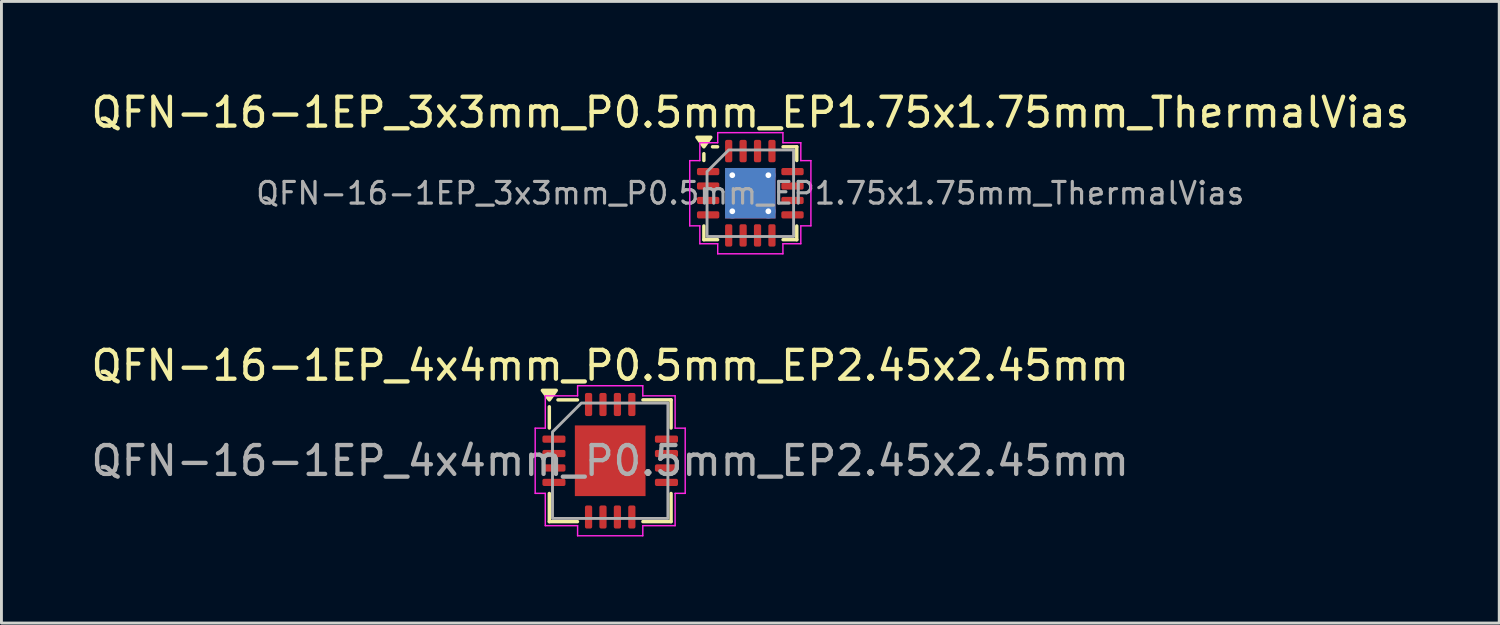
<source format=kicad_pcb>
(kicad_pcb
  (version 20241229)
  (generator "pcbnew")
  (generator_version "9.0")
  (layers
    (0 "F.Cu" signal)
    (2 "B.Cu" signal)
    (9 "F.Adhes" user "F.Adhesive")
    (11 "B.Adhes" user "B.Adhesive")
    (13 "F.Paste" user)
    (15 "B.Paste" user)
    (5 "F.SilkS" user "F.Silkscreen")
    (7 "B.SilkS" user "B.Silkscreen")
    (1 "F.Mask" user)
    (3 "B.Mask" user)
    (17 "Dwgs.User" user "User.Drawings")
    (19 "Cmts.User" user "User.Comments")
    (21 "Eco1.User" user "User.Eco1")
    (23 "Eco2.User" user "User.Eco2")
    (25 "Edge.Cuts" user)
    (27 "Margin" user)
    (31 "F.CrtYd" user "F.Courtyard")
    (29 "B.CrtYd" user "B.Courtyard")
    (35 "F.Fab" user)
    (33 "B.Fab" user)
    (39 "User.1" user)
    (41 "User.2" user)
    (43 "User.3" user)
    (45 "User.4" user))
  (footprint "QFN-16-1EP_4x4mm_P0.5mm_EP2.45x2.45mm"
    (layer "F.Cu")
    (at 18.101 12.921)
    (property "Reference" "QFN-16-1EP_4x4mm_P0.5mm_EP2.45x2.45mm" (at 0 -3.3 0) (layer "F.SilkS") (effects (font (size 1 1) (thickness 0.15))))
    (attr smd)
    (fp_line (start -2.11 -1.135) (end -2.11 -1.87) (stroke (width 0.12) (type solid)) (layer "F.SilkS"))
    (fp_line (start -2.11 2.11) (end -2.11 1.135) (stroke (width 0.12) (type solid)) (layer "F.SilkS"))
    (fp_line (start -1.135 -2.11) (end -1.81 -2.11) (stroke (width 0.12) (type solid)) (layer "F.SilkS"))
    (fp_line (start -1.135 2.11) (end -2.11 2.11) (stroke (width 0.12) (type solid)) (layer "F.SilkS"))
    (fp_line (start 1.135 -2.11) (end 2.11 -2.11) (stroke (width 0.12) (type solid)) (layer "F.SilkS"))
    (fp_line (start 1.135 2.11) (end 2.11 2.11) (stroke (width 0.12) (type solid)) (layer "F.SilkS"))
    (fp_line (start 2.11 -2.11) (end 2.11 -1.135) (stroke (width 0.12) (type solid)) (layer "F.SilkS"))
    (fp_line (start 2.11 2.11) (end 2.11 1.135) (stroke (width 0.12) (type solid)) (layer "F.SilkS"))
    (fp_poly (pts (xy -2.11 -2.11) (xy -2.35 -2.44) (xy -1.87 -2.44)) (stroke (width 0.12) (type solid)) (fill yes) (layer "F.SilkS"))
    (fp_line (start -2.6 -1.13) (end -2.25 -1.13) (stroke (width 0.05) (type solid)) (layer "F.CrtYd"))
    (fp_line (start -2.6 1.13) (end -2.6 -1.13) (stroke (width 0.05) (type solid)) (layer "F.CrtYd"))
    (fp_line (start -2.25 -2.25) (end -1.13 -2.25) (stroke (width 0.05) (type solid)) (layer "F.CrtYd"))
    (fp_line (start -2.25 -1.13) (end -2.25 -2.25) (stroke (width 0.05) (type solid)) (layer "F.CrtYd"))
    (fp_line (start -2.25 1.13) (end -2.6 1.13) (stroke (width 0.05) (type solid)) (layer "F.CrtYd"))
    (fp_line (start -2.25 2.25) (end -2.25 1.13) (stroke (width 0.05) (type solid)) (layer "F.CrtYd"))
    (fp_line (start -1.13 -2.6) (end 1.13 -2.6) (stroke (width 0.05) (type solid)) (layer "F.CrtYd"))
    (fp_line (start -1.13 -2.25) (end -1.13 -2.6) (stroke (width 0.05) (type solid)) (layer "F.CrtYd"))
    (fp_line (start -1.13 2.25) (end -2.25 2.25) (stroke (width 0.05) (type solid)) (layer "F.CrtYd"))
    (fp_line (start -1.13 2.6) (end -1.13 2.25) (stroke (width 0.05) (type solid)) (layer "F.CrtYd"))
    (fp_line (start 1.13 -2.6) (end 1.13 -2.25) (stroke (width 0.05) (type solid)) (layer "F.CrtYd"))
    (fp_line (start 1.13 -2.25) (end 2.25 -2.25) (stroke (width 0.05) (type solid)) (layer "F.CrtYd"))
    (fp_line (start 1.13 2.25) (end 1.13 2.6) (stroke (width 0.05) (type solid)) (layer "F.CrtYd"))
    (fp_line (start 1.13 2.6) (end -1.13 2.6) (stroke (width 0.05) (type solid)) (layer "F.CrtYd"))
    (fp_line (start 2.25 -2.25) (end 2.25 -1.13) (stroke (width 0.05) (type solid)) (layer "F.CrtYd"))
    (fp_line (start 2.25 -1.13) (end 2.6 -1.13) (stroke (width 0.05) (type solid)) (layer "F.CrtYd"))
    (fp_line (start 2.25 1.13) (end 2.25 2.25) (stroke (width 0.05) (type solid)) (layer "F.CrtYd"))
    (fp_line (start 2.25 2.25) (end 1.13 2.25) (stroke (width 0.05) (type solid)) (layer "F.CrtYd"))
    (fp_line (start 2.6 -1.13) (end 2.6 1.13) (stroke (width 0.05) (type solid)) (layer "F.CrtYd"))
    (fp_line (start 2.6 1.13) (end 2.25 1.13) (stroke (width 0.05) (type solid)) (layer "F.CrtYd"))
    (fp_poly (pts (xy -2 -1) (xy -2 2) (xy 2 2) (xy 2 -2) (xy -1 -2)) (stroke (width 0.1) (type solid)) (fill no) (layer "F.Fab"))
    (fp_text user "${REFERENCE}" (at 0 0 0) (layer "F.Fab") (effects (font (size 1 1) (thickness 0.15))))
    (pad "" smd roundrect (at -0.61 -0.61) (size 0.99 0.99) (layers "F.Paste") (roundrect_rratio 0.25))
    (pad "" smd roundrect (at -0.61 0.61) (size 0.99 0.99) (layers "F.Paste") (roundrect_rratio 0.25))
    (pad "" smd roundrect (at 0.61 -0.61) (size 0.99 0.99) (layers "F.Paste") (roundrect_rratio 0.25))
    (pad "" smd roundrect (at 0.61 0.61) (size 0.99 0.99) (layers "F.Paste") (roundrect_rratio 0.25))
    (pad "1" smd roundrect (at -1.95 -0.75) (size 0.8 0.25) (layers "F.Cu" "F.Mask" "F.Paste") (roundrect_rratio 0.25))
    (pad "2" smd roundrect (at -1.95 -0.25) (size 0.8 0.25) (layers "F.Cu" "F.Mask" "F.Paste") (roundrect_rratio 0.25))
    (pad "3" smd roundrect (at -1.95 0.25) (size 0.8 0.25) (layers "F.Cu" "F.Mask" "F.Paste") (roundrect_rratio 0.25))
    (pad "4" smd roundrect (at -1.95 0.75) (size 0.8 0.25) (layers "F.Cu" "F.Mask" "F.Paste") (roundrect_rratio 0.25))
    (pad "5" smd roundrect (at -0.75 1.95) (size 0.25 0.8) (layers "F.Cu" "F.Mask" "F.Paste") (roundrect_rratio 0.25))
    (pad "6" smd roundrect (at -0.25 1.95) (size 0.25 0.8) (layers "F.Cu" "F.Mask" "F.Paste") (roundrect_rratio 0.25))
    (pad "7" smd roundrect (at 0.25 1.95) (size 0.25 0.8) (layers "F.Cu" "F.Mask" "F.Paste") (roundrect_rratio 0.25))
    (pad "8" smd roundrect (at 0.75 1.95) (size 0.25 0.8) (layers "F.Cu" "F.Mask" "F.Paste") (roundrect_rratio 0.25))
    (pad "9" smd roundrect (at 1.95 0.75) (size 0.8 0.25) (layers "F.Cu" "F.Mask" "F.Paste") (roundrect_rratio 0.25))
    (pad "10" smd roundrect (at 1.95 0.25) (size 0.8 0.25) (layers "F.Cu" "F.Mask" "F.Paste") (roundrect_rratio 0.25))
    (pad "11" smd roundrect (at 1.95 -0.25) (size 0.8 0.25) (layers "F.Cu" "F.Mask" "F.Paste") (roundrect_rratio 0.25))
    (pad "12" smd roundrect (at 1.95 -0.75) (size 0.8 0.25) (layers "F.Cu" "F.Mask" "F.Paste") (roundrect_rratio 0.25))
    (pad "13" smd roundrect (at 0.75 -1.95) (size 0.25 0.8) (layers "F.Cu" "F.Mask" "F.Paste") (roundrect_rratio 0.25))
    (pad "14" smd roundrect (at 0.25 -1.95) (size 0.25 0.8) (layers "F.Cu" "F.Mask" "F.Paste") (roundrect_rratio 0.25))
    (pad "15" smd roundrect (at -0.25 -1.95) (size 0.25 0.8) (layers "F.Cu" "F.Mask" "F.Paste") (roundrect_rratio 0.25))
    (pad "16" smd roundrect (at -0.75 -1.95) (size 0.25 0.8) (layers "F.Cu" "F.Mask" "F.Paste") (roundrect_rratio 0.25))
    (pad "17" smd rect (at 0 0) (size 2.45 2.45) (property pad_prop_heatsink) (layers "F.Cu" "F.Mask")))
  (footprint "QFN-16-1EP_3x3mm_P0.5mm_EP1.75x1.75mm_ThermalVias"
    (layer "F.Cu")
    (at 22.958 3.648)
    (property "Reference" "QFN-16-1EP_3x3mm_P0.5mm_EP1.75x1.75mm_ThermalVias" (at 0 -2.8 0) (layer "F.SilkS") (effects (font (size 1 1) (thickness 0.15))))
    (attr smd)
    (fp_line (start -1.61 -1.135) (end -1.61 -1.37) (stroke (width 0.12) (type solid)) (layer "F.SilkS"))
    (fp_line (start -1.61 1.61) (end -1.61 1.135) (stroke (width 0.12) (type solid)) (layer "F.SilkS"))
    (fp_line (start -1.135 -1.61) (end -1.31 -1.61) (stroke (width 0.12) (type solid)) (layer "F.SilkS"))
    (fp_line (start -1.135 1.61) (end -1.61 1.61) (stroke (width 0.12) (type solid)) (layer "F.SilkS"))
    (fp_line (start 1.135 -1.61) (end 1.61 -1.61) (stroke (width 0.12) (type solid)) (layer "F.SilkS"))
    (fp_line (start 1.135 1.61) (end 1.61 1.61) (stroke (width 0.12) (type solid)) (layer "F.SilkS"))
    (fp_line (start 1.61 -1.61) (end 1.61 -1.135) (stroke (width 0.12) (type solid)) (layer "F.SilkS"))
    (fp_line (start 1.61 1.61) (end 1.61 1.135) (stroke (width 0.12) (type solid)) (layer "F.SilkS"))
    (fp_poly (pts (xy -1.61 -1.61) (xy -1.85 -1.94) (xy -1.37 -1.94)) (stroke (width 0.12) (type solid)) (fill yes) (layer "F.SilkS"))
    (fp_line (start -2.1 -1.13) (end -1.75 -1.13) (stroke (width 0.05) (type solid)) (layer "F.CrtYd"))
    (fp_line (start -2.1 1.13) (end -2.1 -1.13) (stroke (width 0.05) (type solid)) (layer "F.CrtYd"))
    (fp_line (start -1.75 -1.75) (end -1.13 -1.75) (stroke (width 0.05) (type solid)) (layer "F.CrtYd"))
    (fp_line (start -1.75 -1.13) (end -1.75 -1.75) (stroke (width 0.05) (type solid)) (layer "F.CrtYd"))
    (fp_line (start -1.75 1.13) (end -2.1 1.13) (stroke (width 0.05) (type solid)) (layer "F.CrtYd"))
    (fp_line (start -1.75 1.75) (end -1.75 1.13) (stroke (width 0.05) (type solid)) (layer "F.CrtYd"))
    (fp_line (start -1.13 -2.1) (end 1.13 -2.1) (stroke (width 0.05) (type solid)) (layer "F.CrtYd"))
    (fp_line (start -1.13 -1.75) (end -1.13 -2.1) (stroke (width 0.05) (type solid)) (layer "F.CrtYd"))
    (fp_line (start -1.13 1.75) (end -1.75 1.75) (stroke (width 0.05) (type solid)) (layer "F.CrtYd"))
    (fp_line (start -1.13 2.1) (end -1.13 1.75) (stroke (width 0.05) (type solid)) (layer "F.CrtYd"))
    (fp_line (start 1.13 -2.1) (end 1.13 -1.75) (stroke (width 0.05) (type solid)) (layer "F.CrtYd"))
    (fp_line (start 1.13 -1.75) (end 1.75 -1.75) (stroke (width 0.05) (type solid)) (layer "F.CrtYd"))
    (fp_line (start 1.13 1.75) (end 1.13 2.1) (stroke (width 0.05) (type solid)) (layer "F.CrtYd"))
    (fp_line (start 1.13 2.1) (end -1.13 2.1) (stroke (width 0.05) (type solid)) (layer "F.CrtYd"))
    (fp_line (start 1.75 -1.75) (end 1.75 -1.13) (stroke (width 0.05) (type solid)) (layer "F.CrtYd"))
    (fp_line (start 1.75 -1.13) (end 2.1 -1.13) (stroke (width 0.05) (type solid)) (layer "F.CrtYd"))
    (fp_line (start 1.75 1.13) (end 1.75 1.75) (stroke (width 0.05) (type solid)) (layer "F.CrtYd"))
    (fp_line (start 1.75 1.75) (end 1.13 1.75) (stroke (width 0.05) (type solid)) (layer "F.CrtYd"))
    (fp_line (start 2.1 -1.13) (end 2.1 1.13) (stroke (width 0.05) (type solid)) (layer "F.CrtYd"))
    (fp_line (start 2.1 1.13) (end 1.75 1.13) (stroke (width 0.05) (type solid)) (layer "F.CrtYd"))
    (fp_poly (pts (xy -1.5 -0.75) (xy -1.5 1.5) (xy 1.5 1.5) (xy 1.5 -1.5) (xy -0.75 -1.5)) (stroke (width 0.1) (type solid)) (fill no) (layer "F.Fab"))
    (fp_text user "${REFERENCE}" (at 0 0 0) (layer "F.Fab") (effects (font (size 0.75 0.75) (thickness 0.11))))
    (pad "" smd roundrect (at -0.44 -0.44) (size 0.76 0.76) (layers "F.Paste") (roundrect_rratio 0.25))
    (pad "" smd roundrect (at -0.44 0.44) (size 0.76 0.76) (layers "F.Paste") (roundrect_rratio 0.25))
    (pad "" smd roundrect (at 0.44 -0.44) (size 0.76 0.76) (layers "F.Paste") (roundrect_rratio 0.25))
    (pad "" smd roundrect (at 0.44 0.44) (size 0.76 0.76) (layers "F.Paste") (roundrect_rratio 0.25))
    (pad "1" smd roundrect (at -1.462 -0.75) (size 0.775 0.25) (layers "F.Cu" "F.Mask" "F.Paste") (roundrect_rratio 0.25))
    (pad "2" smd roundrect (at -1.462 -0.25) (size 0.775 0.25) (layers "F.Cu" "F.Mask" "F.Paste") (roundrect_rratio 0.25))
    (pad "3" smd roundrect (at -1.462 0.25) (size 0.775 0.25) (layers "F.Cu" "F.Mask" "F.Paste") (roundrect_rratio 0.25))
    (pad "4" smd roundrect (at -1.462 0.75) (size 0.775 0.25) (layers "F.Cu" "F.Mask" "F.Paste") (roundrect_rratio 0.25))
    (pad "5" smd roundrect (at -0.75 1.462) (size 0.25 0.775) (layers "F.Cu" "F.Mask" "F.Paste") (roundrect_rratio 0.25))
    (pad "6" smd roundrect (at -0.25 1.462) (size 0.25 0.775) (layers "F.Cu" "F.Mask" "F.Paste") (roundrect_rratio 0.25))
    (pad "7" smd roundrect (at 0.25 1.462) (size 0.25 0.775) (layers "F.Cu" "F.Mask" "F.Paste") (roundrect_rratio 0.25))
    (pad "8" smd roundrect (at 0.75 1.462) (size 0.25 0.775) (layers "F.Cu" "F.Mask" "F.Paste") (roundrect_rratio 0.25))
    (pad "9" smd roundrect (at 1.462 0.75) (size 0.775 0.25) (layers "F.Cu" "F.Mask" "F.Paste") (roundrect_rratio 0.25))
    (pad "10" smd roundrect (at 1.462 0.25) (size 0.775 0.25) (layers "F.Cu" "F.Mask" "F.Paste") (roundrect_rratio 0.25))
    (pad "11" smd roundrect (at 1.462 -0.25) (size 0.775 0.25) (layers "F.Cu" "F.Mask" "F.Paste") (roundrect_rratio 0.25))
    (pad "12" smd roundrect (at 1.462 -0.75) (size 0.775 0.25) (layers "F.Cu" "F.Mask" "F.Paste") (roundrect_rratio 0.25))
    (pad "13" smd roundrect (at 0.75 -1.462) (size 0.25 0.775) (layers "F.Cu" "F.Mask" "F.Paste") (roundrect_rratio 0.25))
    (pad "14" smd roundrect (at 0.25 -1.462) (size 0.25 0.775) (layers "F.Cu" "F.Mask" "F.Paste") (roundrect_rratio 0.25))
    (pad "15" smd roundrect (at -0.25 -1.462) (size 0.25 0.775) (layers "F.Cu" "F.Mask" "F.Paste") (roundrect_rratio 0.25))
    (pad "16" smd roundrect (at -0.75 -1.462) (size 0.25 0.775) (layers "F.Cu" "F.Mask" "F.Paste") (roundrect_rratio 0.25))
    (pad "17" thru_hole circle (at -0.625 -0.625) (size 0.5 0.5) (drill 0.2) (property pad_prop_heatsink) (layers "*.Cu"))
    (pad "17" thru_hole circle (at -0.625 0.625) (size 0.5 0.5) (drill 0.2) (property pad_prop_heatsink) (layers "*.Cu"))
    (pad "17" smd rect (at 0 0) (size 1.75 1.75) (property pad_prop_heatsink) (layers "F.Cu" "F.Mask"))
    (pad "17" smd rect (at 0 0) (size 1.75 1.75) (property pad_prop_heatsink) (layers "B.Cu"))
    (pad "17" thru_hole circle (at 0.625 -0.625) (size 0.5 0.5) (drill 0.2) (property pad_prop_heatsink) (layers "*.Cu"))
    (pad "17" thru_hole circle (at 0.625 0.625) (size 0.5 0.5) (drill 0.2) (property pad_prop_heatsink) (layers "*.Cu")))
  (gr_rect
    (start -3 -3)
    (end 48.917 18.547)
    (stroke (width 0.1) (type default))
    (fill no)
    (layer "Edge.Cuts")))
</source>
